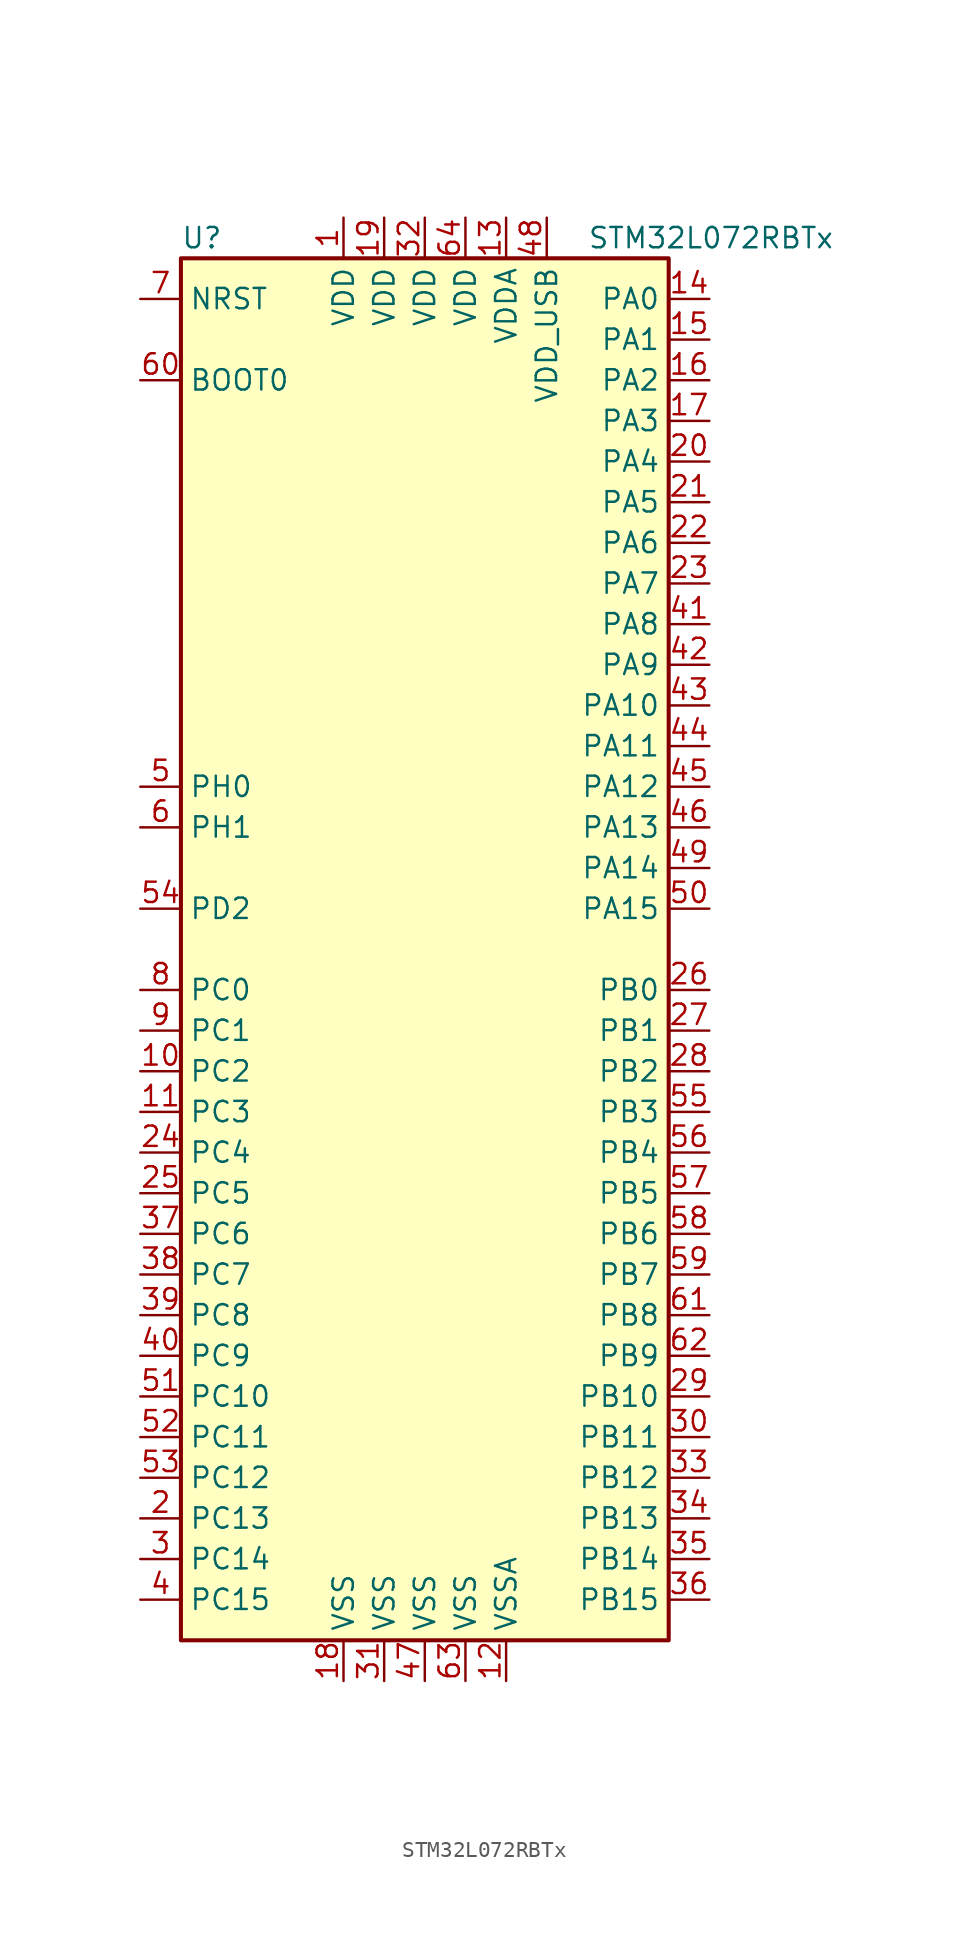
<source format=kicad_sym>
(kicad_symbol_lib
  (version 20211014)
  (generator kicad_symbol_editor)
  (symbol "STM32L072RBTx"
    (property "Reference" "U"
      (at -15.24 44.45 0)
      (effects (font (size 1.27 1.27)) (justify left)))
    (property "Value" "STM32L072RBTx"
      (at 10.16 44.45 0)
      (effects (font (size 1.27 1.27)) (justify left)))
    (symbol "STM32L072RBTx_0_1"
      (rectangle (start -15.24 -43.18) (end 15.24 43.18) (stroke (width 0.254) (type default) (color 0 0 0 0)) (fill (type background))))
    (symbol "STM32L072RBTx_1_1"
      (pin power_in line (at -5.08 45.72 270) (length 2.54) (name "VDD" (effects (font (size 1.27 1.27)))) (number "1" (effects (font (size 1.27 1.27)))))
      (pin bidirectional line (at -17.78 -7.62 0) (length 2.54) (name "PC2" (effects (font (size 1.27 1.27)))) (number "10" (effects (font (size 1.27 1.27)))))
      (pin bidirectional line (at -17.78 -10.16 0) (length 2.54) (name "PC3" (effects (font (size 1.27 1.27)))) (number "11" (effects (font (size 1.27 1.27)))))
      (pin power_in line (at 5.08 -45.72 90) (length 2.54) (name "VSSA" (effects (font (size 1.27 1.27)))) (number "12" (effects (font (size 1.27 1.27)))))
      (pin power_in line (at 5.08 45.72 270) (length 2.54) (name "VDDA" (effects (font (size 1.27 1.27)))) (number "13" (effects (font (size 1.27 1.27)))))
      (pin bidirectional line (at 17.78 40.64 180) (length 2.54) (name "PA0" (effects (font (size 1.27 1.27)))) (number "14" (effects (font (size 1.27 1.27)))))
      (pin bidirectional line (at 17.78 38.1 180) (length 2.54) (name "PA1" (effects (font (size 1.27 1.27)))) (number "15" (effects (font (size 1.27 1.27)))))
      (pin bidirectional line (at 17.78 35.56 180) (length 2.54) (name "PA2" (effects (font (size 1.27 1.27)))) (number "16" (effects (font (size 1.27 1.27)))))
      (pin bidirectional line (at 17.78 33.02 180) (length 2.54) (name "PA3" (effects (font (size 1.27 1.27)))) (number "17" (effects (font (size 1.27 1.27)))))
      (pin power_in line (at -5.08 -45.72 90) (length 2.54) (name "VSS" (effects (font (size 1.27 1.27)))) (number "18" (effects (font (size 1.27 1.27)))))
      (pin power_in line (at -2.54 45.72 270) (length 2.54) (name "VDD" (effects (font (size 1.27 1.27)))) (number "19" (effects (font (size 1.27 1.27)))))
      (pin bidirectional line (at -17.78 -35.56 0) (length 2.54) (name "PC13" (effects (font (size 1.27 1.27)))) (number "2" (effects (font (size 1.27 1.27)))))
      (pin bidirectional line (at 17.78 30.48 180) (length 2.54) (name "PA4" (effects (font (size 1.27 1.27)))) (number "20" (effects (font (size 1.27 1.27)))))
      (pin bidirectional line (at 17.78 27.94 180) (length 2.54) (name "PA5" (effects (font (size 1.27 1.27)))) (number "21" (effects (font (size 1.27 1.27)))))
      (pin bidirectional line (at 17.78 25.4 180) (length 2.54) (name "PA6" (effects (font (size 1.27 1.27)))) (number "22" (effects (font (size 1.27 1.27)))))
      (pin bidirectional line (at 17.78 22.86 180) (length 2.54) (name "PA7" (effects (font (size 1.27 1.27)))) (number "23" (effects (font (size 1.27 1.27)))))
      (pin bidirectional line (at -17.78 -12.7 0) (length 2.54) (name "PC4" (effects (font (size 1.27 1.27)))) (number "24" (effects (font (size 1.27 1.27)))))
      (pin bidirectional line (at -17.78 -15.24 0) (length 2.54) (name "PC5" (effects (font (size 1.27 1.27)))) (number "25" (effects (font (size 1.27 1.27)))))
      (pin bidirectional line (at 17.78 -2.54 180) (length 2.54) (name "PB0" (effects (font (size 1.27 1.27)))) (number "26" (effects (font (size 1.27 1.27)))))
      (pin bidirectional line (at 17.78 -5.08 180) (length 2.54) (name "PB1" (effects (font (size 1.27 1.27)))) (number "27" (effects (font (size 1.27 1.27)))))
      (pin bidirectional line (at 17.78 -7.62 180) (length 2.54) (name "PB2" (effects (font (size 1.27 1.27)))) (number "28" (effects (font (size 1.27 1.27)))))
      (pin bidirectional line (at 17.78 -27.94 180) (length 2.54) (name "PB10" (effects (font (size 1.27 1.27)))) (number "29" (effects (font (size 1.27 1.27)))))
      (pin bidirectional line (at -17.78 -38.1 0) (length 2.54) (name "PC14" (effects (font (size 1.27 1.27)))) (number "3" (effects (font (size 1.27 1.27)))))
      (pin bidirectional line (at 17.78 -30.48 180) (length 2.54) (name "PB11" (effects (font (size 1.27 1.27)))) (number "30" (effects (font (size 1.27 1.27)))))
      (pin power_in line (at -2.54 -45.72 90) (length 2.54) (name "VSS" (effects (font (size 1.27 1.27)))) (number "31" (effects (font (size 1.27 1.27)))))
      (pin power_in line (at 0 45.72 270) (length 2.54) (name "VDD" (effects (font (size 1.27 1.27)))) (number "32" (effects (font (size 1.27 1.27)))))
      (pin bidirectional line (at 17.78 -33.02 180) (length 2.54) (name "PB12" (effects (font (size 1.27 1.27)))) (number "33" (effects (font (size 1.27 1.27)))))
      (pin bidirectional line (at 17.78 -35.56 180) (length 2.54) (name "PB13" (effects (font (size 1.27 1.27)))) (number "34" (effects (font (size 1.27 1.27)))))
      (pin bidirectional line (at 17.78 -38.1 180) (length 2.54) (name "PB14" (effects (font (size 1.27 1.27)))) (number "35" (effects (font (size 1.27 1.27)))))
      (pin bidirectional line (at 17.78 -40.64 180) (length 2.54) (name "PB15" (effects (font (size 1.27 1.27)))) (number "36" (effects (font (size 1.27 1.27)))))
      (pin bidirectional line (at -17.78 -17.78 0) (length 2.54) (name "PC6" (effects (font (size 1.27 1.27)))) (number "37" (effects (font (size 1.27 1.27)))))
      (pin bidirectional line (at -17.78 -20.32 0) (length 2.54) (name "PC7" (effects (font (size 1.27 1.27)))) (number "38" (effects (font (size 1.27 1.27)))))
      (pin bidirectional line (at -17.78 -22.86 0) (length 2.54) (name "PC8" (effects (font (size 1.27 1.27)))) (number "39" (effects (font (size 1.27 1.27)))))
      (pin bidirectional line (at -17.78 -40.64 0) (length 2.54) (name "PC15" (effects (font (size 1.27 1.27)))) (number "4" (effects (font (size 1.27 1.27)))))
      (pin bidirectional line (at -17.78 -25.4 0) (length 2.54) (name "PC9" (effects (font (size 1.27 1.27)))) (number "40" (effects (font (size 1.27 1.27)))))
      (pin bidirectional line (at 17.78 20.32 180) (length 2.54) (name "PA8" (effects (font (size 1.27 1.27)))) (number "41" (effects (font (size 1.27 1.27)))))
      (pin bidirectional line (at 17.78 17.78 180) (length 2.54) (name "PA9" (effects (font (size 1.27 1.27)))) (number "42" (effects (font (size 1.27 1.27)))))
      (pin bidirectional line (at 17.78 15.24 180) (length 2.54) (name "PA10" (effects (font (size 1.27 1.27)))) (number "43" (effects (font (size 1.27 1.27)))))
      (pin bidirectional line (at 17.78 12.7 180) (length 2.54) (name "PA11" (effects (font (size 1.27 1.27)))) (number "44" (effects (font (size 1.27 1.27)))))
      (pin bidirectional line (at 17.78 10.16 180) (length 2.54) (name "PA12" (effects (font (size 1.27 1.27)))) (number "45" (effects (font (size 1.27 1.27)))))
      (pin bidirectional line (at 17.78 7.62 180) (length 2.54) (name "PA13" (effects (font (size 1.27 1.27)))) (number "46" (effects (font (size 1.27 1.27)))))
      (pin power_in line (at 0 -45.72 90) (length 2.54) (name "VSS" (effects (font (size 1.27 1.27)))) (number "47" (effects (font (size 1.27 1.27)))))
      (pin power_in line (at 7.62 45.72 270) (length 2.54) (name "VDD_USB" (effects (font (size 1.27 1.27)))) (number "48" (effects (font (size 1.27 1.27)))))
      (pin bidirectional line (at 17.78 5.08 180) (length 2.54) (name "PA14" (effects (font (size 1.27 1.27)))) (number "49" (effects (font (size 1.27 1.27)))))
      (pin input line (at -17.78 10.16 0) (length 2.54) (name "PH0" (effects (font (size 1.27 1.27)))) (number "5" (effects (font (size 1.27 1.27)))))
      (pin bidirectional line (at 17.78 2.54 180) (length 2.54) (name "PA15" (effects (font (size 1.27 1.27)))) (number "50" (effects (font (size 1.27 1.27)))))
      (pin bidirectional line (at -17.78 -27.94 0) (length 2.54) (name "PC10" (effects (font (size 1.27 1.27)))) (number "51" (effects (font (size 1.27 1.27)))))
      (pin bidirectional line (at -17.78 -30.48 0) (length 2.54) (name "PC11" (effects (font (size 1.27 1.27)))) (number "52" (effects (font (size 1.27 1.27)))))
      (pin bidirectional line (at -17.78 -33.02 0) (length 2.54) (name "PC12" (effects (font (size 1.27 1.27)))) (number "53" (effects (font (size 1.27 1.27)))))
      (pin bidirectional line (at -17.78 2.54 0) (length 2.54) (name "PD2" (effects (font (size 1.27 1.27)))) (number "54" (effects (font (size 1.27 1.27)))))
      (pin bidirectional line (at 17.78 -10.16 180) (length 2.54) (name "PB3" (effects (font (size 1.27 1.27)))) (number "55" (effects (font (size 1.27 1.27)))))
      (pin bidirectional line (at 17.78 -12.7 180) (length 2.54) (name "PB4" (effects (font (size 1.27 1.27)))) (number "56" (effects (font (size 1.27 1.27)))))
      (pin bidirectional line (at 17.78 -15.24 180) (length 2.54) (name "PB5" (effects (font (size 1.27 1.27)))) (number "57" (effects (font (size 1.27 1.27)))))
      (pin bidirectional line (at 17.78 -17.78 180) (length 2.54) (name "PB6" (effects (font (size 1.27 1.27)))) (number "58" (effects (font (size 1.27 1.27)))))
      (pin bidirectional line (at 17.78 -20.32 180) (length 2.54) (name "PB7" (effects (font (size 1.27 1.27)))) (number "59" (effects (font (size 1.27 1.27)))))
      (pin input line (at -17.78 7.62 0) (length 2.54) (name "PH1" (effects (font (size 1.27 1.27)))) (number "6" (effects (font (size 1.27 1.27)))))
      (pin input line (at -17.78 35.56 0) (length 2.54) (name "BOOT0" (effects (font (size 1.27 1.27)))) (number "60" (effects (font (size 1.27 1.27)))))
      (pin bidirectional line (at 17.78 -22.86 180) (length 2.54) (name "PB8" (effects (font (size 1.27 1.27)))) (number "61" (effects (font (size 1.27 1.27)))))
      (pin bidirectional line (at 17.78 -25.4 180) (length 2.54) (name "PB9" (effects (font (size 1.27 1.27)))) (number "62" (effects (font (size 1.27 1.27)))))
      (pin power_in line (at 2.54 -45.72 90) (length 2.54) (name "VSS" (effects (font (size 1.27 1.27)))) (number "63" (effects (font (size 1.27 1.27)))))
      (pin power_in line (at 2.54 45.72 270) (length 2.54) (name "VDD" (effects (font (size 1.27 1.27)))) (number "64" (effects (font (size 1.27 1.27)))))
      (pin input line (at -17.78 40.64 0) (length 2.54) (name "NRST" (effects (font (size 1.27 1.27)))) (number "7" (effects (font (size 1.27 1.27)))))
      (pin bidirectional line (at -17.78 -2.54 0) (length 2.54) (name "PC0" (effects (font (size 1.27 1.27)))) (number "8" (effects (font (size 1.27 1.27)))))
      (pin bidirectional line (at -17.78 -5.08 0) (length 2.54) (name "PC1" (effects (font (size 1.27 1.27)))) (number "9" (effects (font (size 1.27 1.27))))))))
</source>
